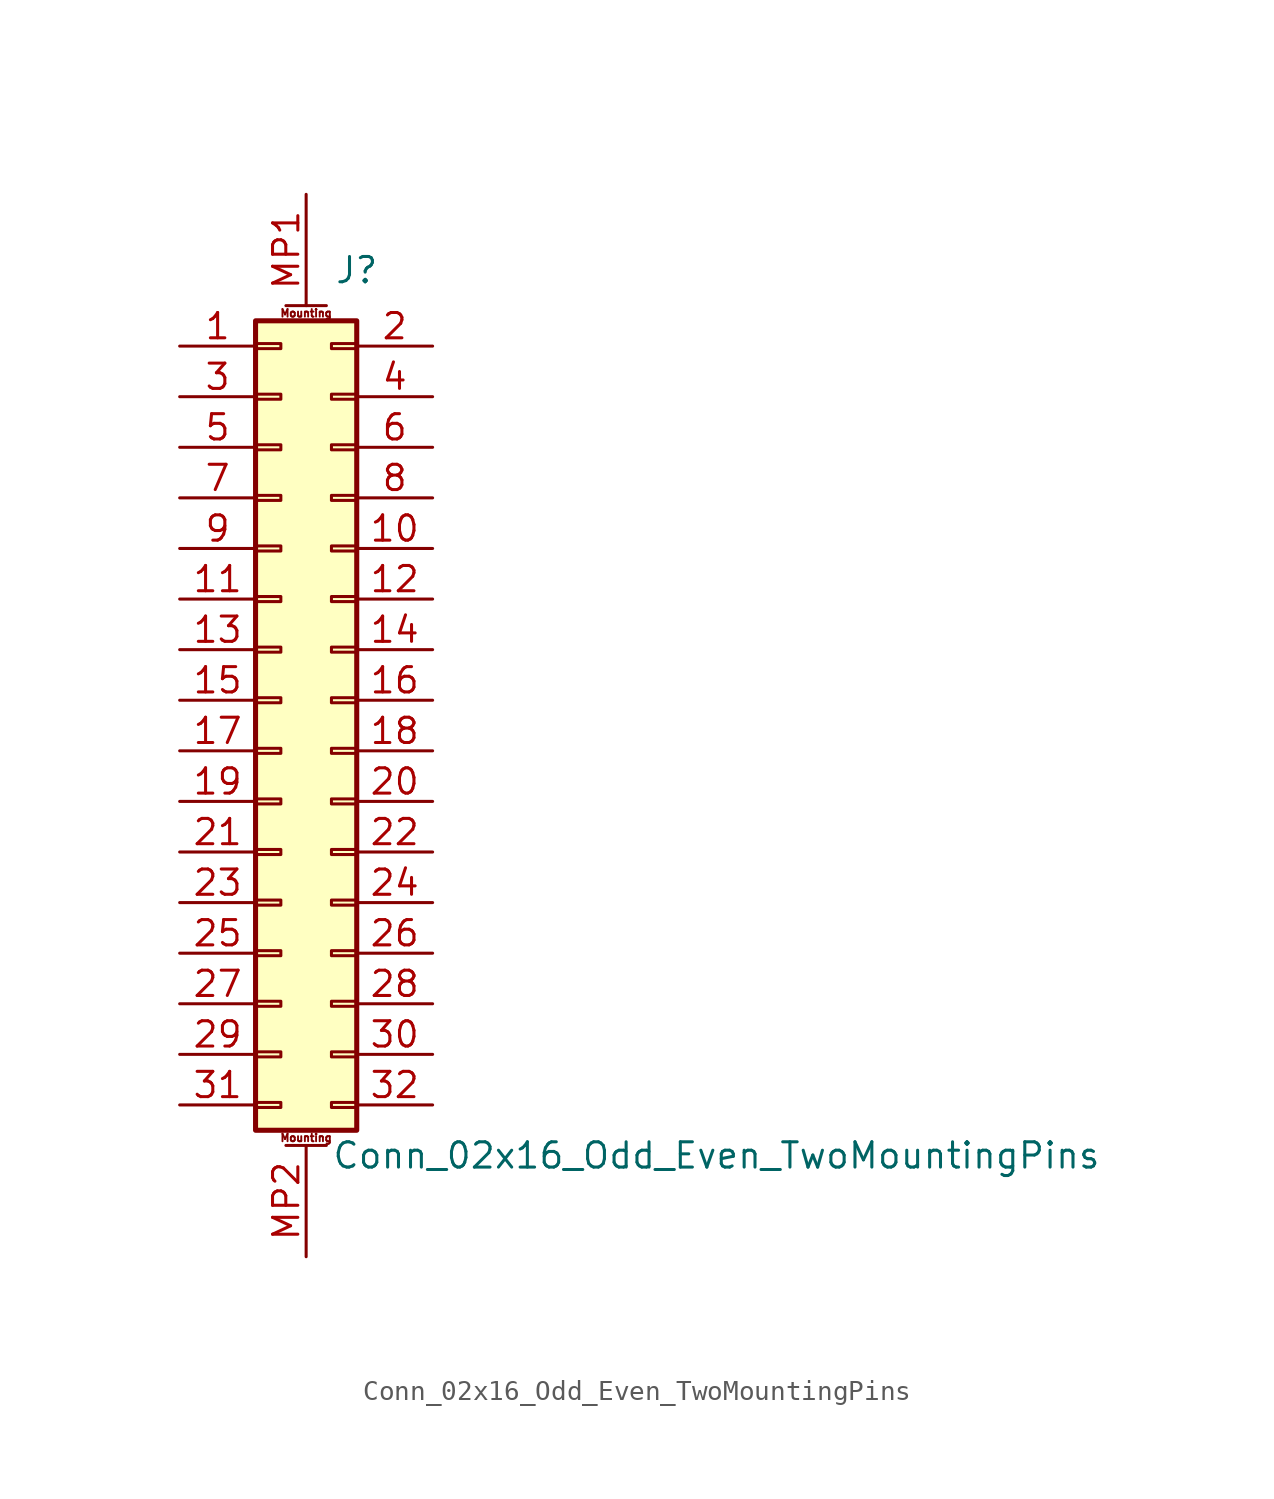
<source format=kicad_sym>
(kicad_symbol_lib
  (version 20220914)
  (generator kicad_symbol_editor)
  (symbol "Conn_02x16_Odd_Even_TwoMountingPins"
    (pin_names
      (offset 1.016) hide)
    (property "Reference" "J"
      (at 3.81 21.59 0)
      (effects (font (size 1.27 1.27))))
    (property "Value" "Conn_02x16_Odd_Even_TwoMountingPins"
      (at 2.54 -22.86 0)
      (effects (font (size 1.27 1.27)) (justify left)))
    (symbol "Conn_02x16_Odd_Even_TwoMountingPins_1_1"
      (rectangle (start -1.27 -20.193) (end 0 -20.447) (stroke (width 0.152) (type default)) (fill (type none)))
      (rectangle (start -1.27 -17.653) (end 0 -17.907) (stroke (width 0.152) (type default)) (fill (type none)))
      (rectangle (start -1.27 -15.113) (end 0 -15.367) (stroke (width 0.152) (type default)) (fill (type none)))
      (rectangle (start -1.27 -12.573) (end 0 -12.827) (stroke (width 0.152) (type default)) (fill (type none)))
      (rectangle (start -1.27 -10.033) (end 0 -10.287) (stroke (width 0.152) (type default)) (fill (type none)))
      (rectangle (start -1.27 -7.493) (end 0 -7.747) (stroke (width 0.152) (type default)) (fill (type none)))
      (rectangle (start -1.27 -4.953) (end 0 -5.207) (stroke (width 0.152) (type default)) (fill (type none)))
      (rectangle (start -1.27 -2.413) (end 0 -2.667) (stroke (width 0.152) (type default)) (fill (type none)))
      (rectangle (start -1.27 0.127) (end 0 -0.127) (stroke (width 0.152) (type default)) (fill (type none)))
      (rectangle (start -1.27 2.667) (end 0 2.413) (stroke (width 0.152) (type default)) (fill (type none)))
      (rectangle (start -1.27 5.207) (end 0 4.953) (stroke (width 0.152) (type default)) (fill (type none)))
      (rectangle (start -1.27 7.747) (end 0 7.493) (stroke (width 0.152) (type default)) (fill (type none)))
      (rectangle (start -1.27 10.287) (end 0 10.033) (stroke (width 0.152) (type default)) (fill (type none)))
      (rectangle (start -1.27 12.827) (end 0 12.573) (stroke (width 0.152) (type default)) (fill (type none)))
      (rectangle (start -1.27 15.367) (end 0 15.113) (stroke (width 0.152) (type default)) (fill (type none)))
      (rectangle (start -1.27 17.907) (end 0 17.653) (stroke (width 0.152) (type default)) (fill (type none)))
      (rectangle (start -1.27 19.05) (end 3.81 -21.59) (stroke (width 0.254) (type default)) (fill (type background)))
      (polyline (pts (xy 0.254 -22.352) (xy 2.286 -22.352)) (stroke (width 0.152) (type default)) (fill (type none)))
      (polyline (pts (xy 2.286 19.812) (xy 0.254 19.812)) (stroke (width 0.152) (type default)) (fill (type none)))
      (rectangle (start 3.81 -20.193) (end 2.54 -20.447) (stroke (width 0.152) (type default)) (fill (type none)))
      (rectangle (start 3.81 -17.653) (end 2.54 -17.907) (stroke (width 0.152) (type default)) (fill (type none)))
      (rectangle (start 3.81 -15.113) (end 2.54 -15.367) (stroke (width 0.152) (type default)) (fill (type none)))
      (rectangle (start 3.81 -12.573) (end 2.54 -12.827) (stroke (width 0.152) (type default)) (fill (type none)))
      (rectangle (start 3.81 -10.033) (end 2.54 -10.287) (stroke (width 0.152) (type default)) (fill (type none)))
      (rectangle (start 3.81 -7.493) (end 2.54 -7.747) (stroke (width 0.152) (type default)) (fill (type none)))
      (rectangle (start 3.81 -4.953) (end 2.54 -5.207) (stroke (width 0.152) (type default)) (fill (type none)))
      (rectangle (start 3.81 -2.413) (end 2.54 -2.667) (stroke (width 0.152) (type default)) (fill (type none)))
      (rectangle (start 3.81 0.127) (end 2.54 -0.127) (stroke (width 0.152) (type default)) (fill (type none)))
      (rectangle (start 3.81 2.667) (end 2.54 2.413) (stroke (width 0.152) (type default)) (fill (type none)))
      (rectangle (start 3.81 5.207) (end 2.54 4.953) (stroke (width 0.152) (type default)) (fill (type none)))
      (rectangle (start 3.81 7.747) (end 2.54 7.493) (stroke (width 0.152) (type default)) (fill (type none)))
      (rectangle (start 3.81 10.287) (end 2.54 10.033) (stroke (width 0.152) (type default)) (fill (type none)))
      (rectangle (start 3.81 12.827) (end 2.54 12.573) (stroke (width 0.152) (type default)) (fill (type none)))
      (rectangle (start 3.81 15.367) (end 2.54 15.113) (stroke (width 0.152) (type default)) (fill (type none)))
      (rectangle (start 3.81 17.907) (end 2.54 17.653) (stroke (width 0.152) (type default)) (fill (type none)))
      (text "Mounting" (at 1.27 -21.971 0) (effects (font (size 0.381 0.381))))
      (text "Mounting" (at 1.27 19.431 0) (effects (font (size 0.381 0.381))))
      (pin passive line (at -5.08 17.78 0) (length 3.81) (name "Pin_1" (effects (font (size 1.27 1.27)))) (number "1" (effects (font (size 1.27 1.27)))))
      (pin passive line (at 7.62 7.62 180) (length 3.81) (name "Pin_10" (effects (font (size 1.27 1.27)))) (number "10" (effects (font (size 1.27 1.27)))))
      (pin passive line (at -5.08 5.08 0) (length 3.81) (name "Pin_11" (effects (font (size 1.27 1.27)))) (number "11" (effects (font (size 1.27 1.27)))))
      (pin passive line (at 7.62 5.08 180) (length 3.81) (name "Pin_12" (effects (font (size 1.27 1.27)))) (number "12" (effects (font (size 1.27 1.27)))))
      (pin passive line (at -5.08 2.54 0) (length 3.81) (name "Pin_13" (effects (font (size 1.27 1.27)))) (number "13" (effects (font (size 1.27 1.27)))))
      (pin passive line (at 7.62 2.54 180) (length 3.81) (name "Pin_14" (effects (font (size 1.27 1.27)))) (number "14" (effects (font (size 1.27 1.27)))))
      (pin passive line (at -5.08 0 0) (length 3.81) (name "Pin_15" (effects (font (size 1.27 1.27)))) (number "15" (effects (font (size 1.27 1.27)))))
      (pin passive line (at 7.62 0 180) (length 3.81) (name "Pin_16" (effects (font (size 1.27 1.27)))) (number "16" (effects (font (size 1.27 1.27)))))
      (pin passive line (at -5.08 -2.54 0) (length 3.81) (name "Pin_17" (effects (font (size 1.27 1.27)))) (number "17" (effects (font (size 1.27 1.27)))))
      (pin passive line (at 7.62 -2.54 180) (length 3.81) (name "Pin_18" (effects (font (size 1.27 1.27)))) (number "18" (effects (font (size 1.27 1.27)))))
      (pin passive line (at -5.08 -5.08 0) (length 3.81) (name "Pin_19" (effects (font (size 1.27 1.27)))) (number "19" (effects (font (size 1.27 1.27)))))
      (pin passive line (at 7.62 17.78 180) (length 3.81) (name "Pin_2" (effects (font (size 1.27 1.27)))) (number "2" (effects (font (size 1.27 1.27)))))
      (pin passive line (at 7.62 -5.08 180) (length 3.81) (name "Pin_20" (effects (font (size 1.27 1.27)))) (number "20" (effects (font (size 1.27 1.27)))))
      (pin passive line (at -5.08 -7.62 0) (length 3.81) (name "Pin_21" (effects (font (size 1.27 1.27)))) (number "21" (effects (font (size 1.27 1.27)))))
      (pin passive line (at 7.62 -7.62 180) (length 3.81) (name "Pin_22" (effects (font (size 1.27 1.27)))) (number "22" (effects (font (size 1.27 1.27)))))
      (pin passive line (at -5.08 -10.16 0) (length 3.81) (name "Pin_23" (effects (font (size 1.27 1.27)))) (number "23" (effects (font (size 1.27 1.27)))))
      (pin passive line (at 7.62 -10.16 180) (length 3.81) (name "Pin_24" (effects (font (size 1.27 1.27)))) (number "24" (effects (font (size 1.27 1.27)))))
      (pin passive line (at -5.08 -12.7 0) (length 3.81) (name "Pin_25" (effects (font (size 1.27 1.27)))) (number "25" (effects (font (size 1.27 1.27)))))
      (pin passive line (at 7.62 -12.7 180) (length 3.81) (name "Pin_26" (effects (font (size 1.27 1.27)))) (number "26" (effects (font (size 1.27 1.27)))))
      (pin passive line (at -5.08 -15.24 0) (length 3.81) (name "Pin_27" (effects (font (size 1.27 1.27)))) (number "27" (effects (font (size 1.27 1.27)))))
      (pin passive line (at 7.62 -15.24 180) (length 3.81) (name "Pin_28" (effects (font (size 1.27 1.27)))) (number "28" (effects (font (size 1.27 1.27)))))
      (pin passive line (at -5.08 -17.78 0) (length 3.81) (name "Pin_29" (effects (font (size 1.27 1.27)))) (number "29" (effects (font (size 1.27 1.27)))))
      (pin passive line (at -5.08 15.24 0) (length 3.81) (name "Pin_3" (effects (font (size 1.27 1.27)))) (number "3" (effects (font (size 1.27 1.27)))))
      (pin passive line (at 7.62 -17.78 180) (length 3.81) (name "Pin_30" (effects (font (size 1.27 1.27)))) (number "30" (effects (font (size 1.27 1.27)))))
      (pin passive line (at -5.08 -20.32 0) (length 3.81) (name "Pin_31" (effects (font (size 1.27 1.27)))) (number "31" (effects (font (size 1.27 1.27)))))
      (pin passive line (at 7.62 -20.32 180) (length 3.81) (name "Pin_32" (effects (font (size 1.27 1.27)))) (number "32" (effects (font (size 1.27 1.27)))))
      (pin passive line (at 7.62 15.24 180) (length 3.81) (name "Pin_4" (effects (font (size 1.27 1.27)))) (number "4" (effects (font (size 1.27 1.27)))))
      (pin passive line (at -5.08 12.7 0) (length 3.81) (name "Pin_5" (effects (font (size 1.27 1.27)))) (number "5" (effects (font (size 1.27 1.27)))))
      (pin passive line (at 7.62 12.7 180) (length 3.81) (name "Pin_6" (effects (font (size 1.27 1.27)))) (number "6" (effects (font (size 1.27 1.27)))))
      (pin passive line (at -5.08 10.16 0) (length 3.81) (name "Pin_7" (effects (font (size 1.27 1.27)))) (number "7" (effects (font (size 1.27 1.27)))))
      (pin passive line (at 7.62 10.16 180) (length 3.81) (name "Pin_8" (effects (font (size 1.27 1.27)))) (number "8" (effects (font (size 1.27 1.27)))))
      (pin passive line (at -5.08 7.62 0) (length 3.81) (name "Pin_9" (effects (font (size 1.27 1.27)))) (number "9" (effects (font (size 1.27 1.27)))))
      (pin passive line (at 1.27 25.4 270) (length 5.588) (name "MountPin1" (effects (font (size 1.27 1.27)))) (number "MP1" (effects (font (size 1.27 1.27)))))
      (pin passive line (at 1.27 -27.94 90) (length 5.588) (name "MountPin2" (effects (font (size 1.27 1.27)))) (number "MP2" (effects (font (size 1.27 1.27))))))))
</source>
